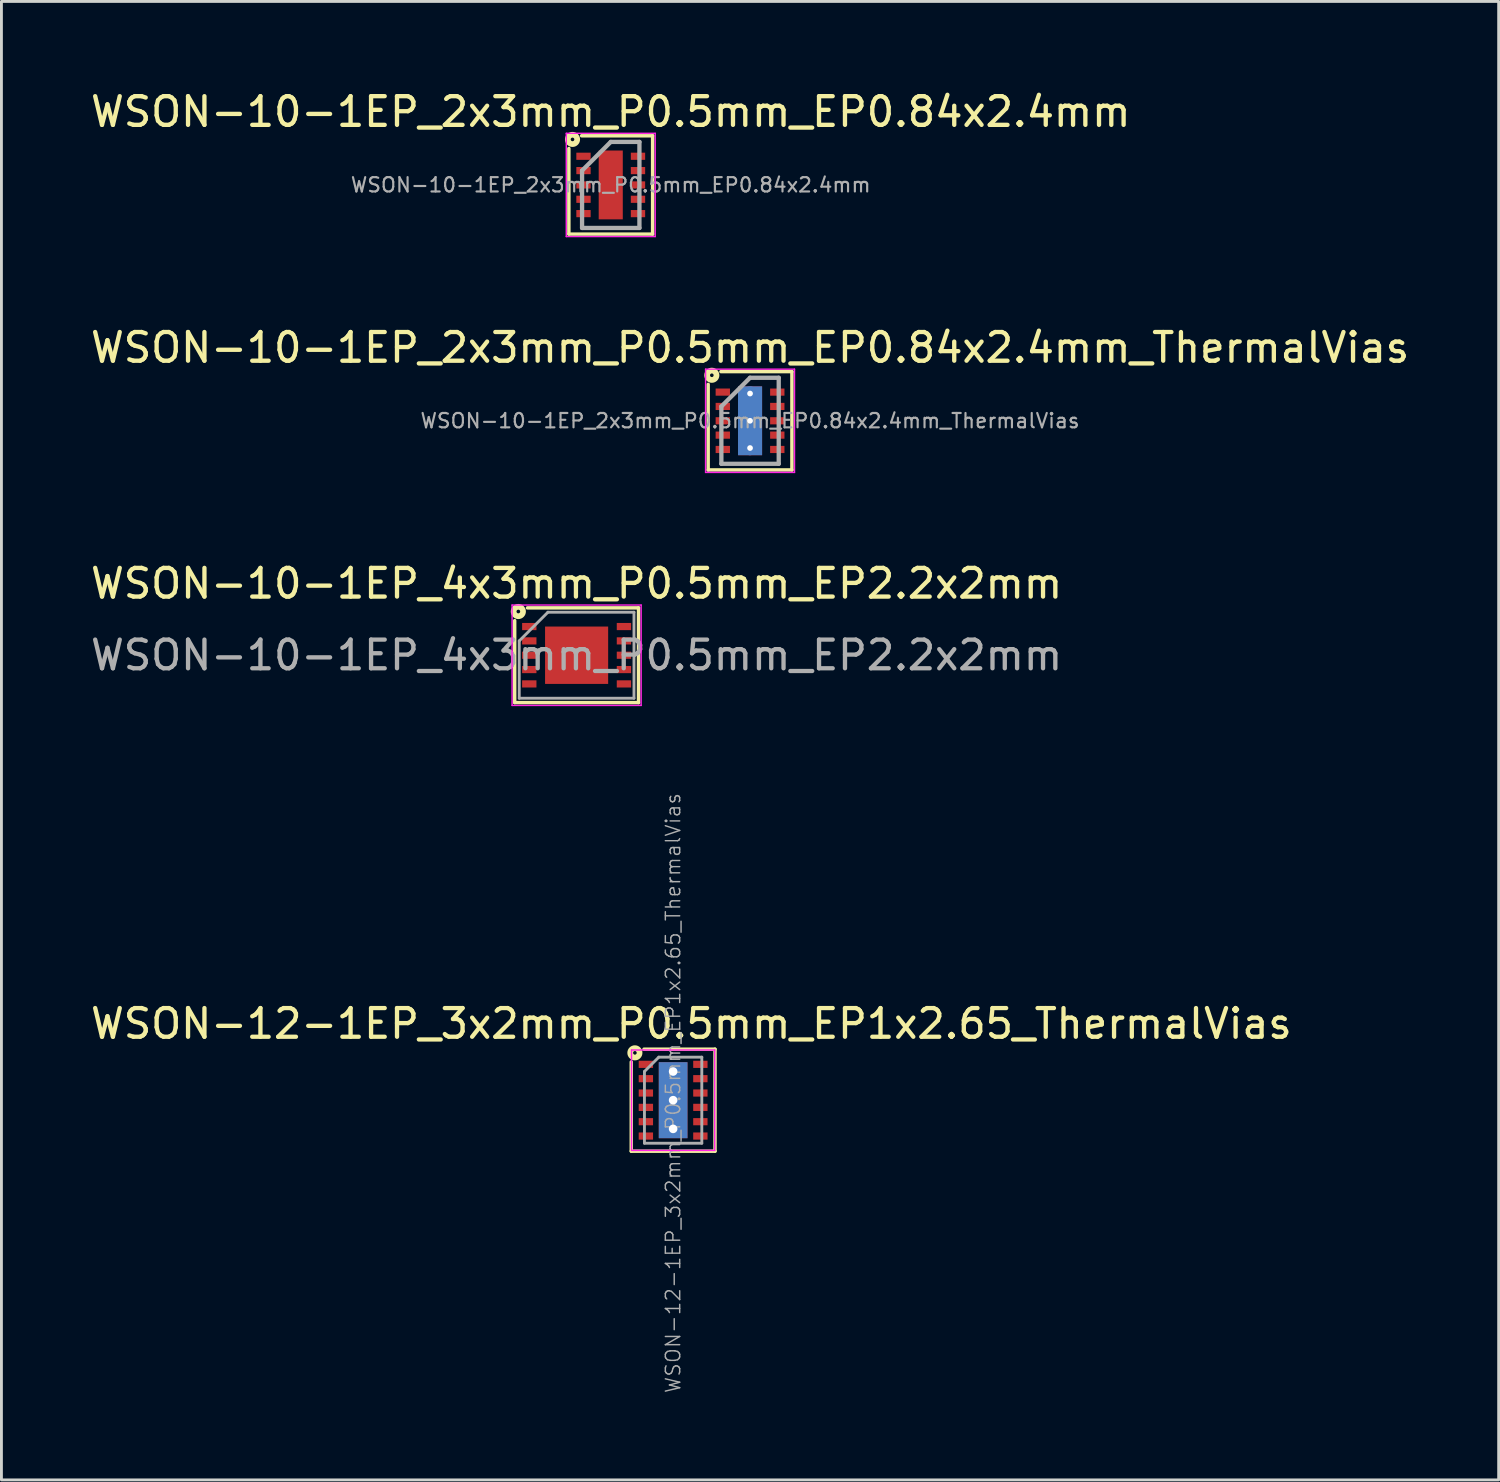
<source format=kicad_pcb>
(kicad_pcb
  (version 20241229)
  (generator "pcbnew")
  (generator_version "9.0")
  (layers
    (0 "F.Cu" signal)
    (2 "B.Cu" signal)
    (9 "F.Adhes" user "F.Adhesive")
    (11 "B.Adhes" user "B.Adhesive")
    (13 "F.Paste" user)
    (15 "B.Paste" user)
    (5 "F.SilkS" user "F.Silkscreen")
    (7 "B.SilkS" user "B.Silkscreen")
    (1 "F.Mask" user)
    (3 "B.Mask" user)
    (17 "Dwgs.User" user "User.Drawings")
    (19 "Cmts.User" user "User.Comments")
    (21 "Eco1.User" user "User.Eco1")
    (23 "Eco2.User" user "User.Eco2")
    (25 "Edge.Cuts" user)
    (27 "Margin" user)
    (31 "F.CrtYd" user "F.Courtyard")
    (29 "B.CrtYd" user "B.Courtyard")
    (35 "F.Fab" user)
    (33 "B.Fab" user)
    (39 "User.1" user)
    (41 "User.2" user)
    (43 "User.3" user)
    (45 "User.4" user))
  (footprint "WSON-10-1EP_2x3mm_P0.5mm_EP0.84x2.4mm_ThermalVias"
    (layer "F.Cu")
    (at 23.101 11.621)
    (property "Reference" "WSON-10-1EP_2x3mm_P0.5mm_EP0.84x2.4mm_ThermalVias" (at 0 -2.55 0) (layer "F.SilkS") (effects (font (size 1 1) (thickness 0.15))))
    (attr smd)
    (fp_line (start -1.46 1.714) (end -1.46 -1.27) (stroke (width 0.12) (type solid)) (layer "F.SilkS"))
    (fp_line (start -1.016 -1.714) (end 1.46 -1.714) (stroke (width 0.12) (type solid)) (layer "F.SilkS"))
    (fp_line (start 1.46 -1.714) (end 1.46 1.714) (stroke (width 0.12) (type solid)) (layer "F.SilkS"))
    (fp_line (start 1.46 1.714) (end -1.46 1.714) (stroke (width 0.12) (type solid)) (layer "F.SilkS"))
    (fp_circle (center -1.333 -1.587) (end -1.27 -1.587) (stroke (width 0.2) (type solid)) (fill no) (layer "F.SilkS"))
    (fp_line (start -1.55 -1.8) (end -1.55 1.8) (stroke (width 0.05) (type solid)) (layer "F.CrtYd"))
    (fp_line (start -1.55 -1.8) (end 1.55 -1.8) (stroke (width 0.05) (type solid)) (layer "F.CrtYd"))
    (fp_line (start -1.55 1.8) (end 1.55 1.8) (stroke (width 0.05) (type solid)) (layer "F.CrtYd"))
    (fp_line (start 1.55 -1.8) (end 1.55 1.8) (stroke (width 0.05) (type solid)) (layer "F.CrtYd"))
    (fp_line (start -1 -0.5) (end 0 -1.5) (stroke (width 0.15) (type solid)) (layer "F.Fab"))
    (fp_line (start -1 1.5) (end -1 -0.5) (stroke (width 0.15) (type solid)) (layer "F.Fab"))
    (fp_line (start 0 -1.5) (end 1 -1.5) (stroke (width 0.15) (type solid)) (layer "F.Fab"))
    (fp_line (start 1 -1.5) (end 1 1.5) (stroke (width 0.15) (type solid)) (layer "F.Fab"))
    (fp_line (start 1 1.5) (end -1 1.5) (stroke (width 0.15) (type solid)) (layer "F.Fab"))
    (fp_text user "${REFERENCE}" (at 0 0 0) (layer "F.Fab") (effects (font (size 0.5 0.5) (thickness 0.075))))
    (pad "" smd rect (at 0 -0.475) (size 0.65 0.7) (layers "F.Paste"))
    (pad "" smd rect (at 0 0.475) (size 0.65 0.7) (layers "F.Paste"))
    (pad "1" smd rect (at -0.95 -1) (size 0.5 0.25) (layers "F.Cu" "F.Mask" "F.Paste"))
    (pad "2" smd rect (at -0.95 -0.5) (size 0.5 0.25) (layers "F.Cu" "F.Mask" "F.Paste"))
    (pad "3" smd rect (at -0.95 0) (size 0.5 0.25) (layers "F.Cu" "F.Mask" "F.Paste"))
    (pad "4" smd rect (at -0.95 0.5) (size 0.5 0.25) (layers "F.Cu" "F.Mask" "F.Paste"))
    (pad "5" smd rect (at -0.95 1) (size 0.5 0.25) (layers "F.Cu" "F.Mask" "F.Paste"))
    (pad "6" smd rect (at 0.95 1) (size 0.5 0.25) (layers "F.Cu" "F.Mask" "F.Paste"))
    (pad "7" smd rect (at 0.95 0.5) (size 0.5 0.25) (layers "F.Cu" "F.Mask" "F.Paste"))
    (pad "8" smd rect (at 0.95 0) (size 0.5 0.25) (layers "F.Cu" "F.Mask" "F.Paste"))
    (pad "9" smd rect (at 0.95 -0.5) (size 0.5 0.25) (layers "F.Cu" "F.Mask" "F.Paste"))
    (pad "10" smd rect (at 0.95 -1) (size 0.5 0.25) (layers "F.Cu" "F.Mask" "F.Paste"))
    (pad "11" thru_hole circle (at 0 -0.95) (size 0.5 0.5) (drill 0.2) (layers "*.Cu" "F.Mask"))
    (pad "11" thru_hole circle (at 0 0) (size 0.5 0.5) (drill 0.2) (layers "*.Cu" "F.Mask"))
    (pad "11" smd rect (at 0 0) (size 0.84 2.4) (layers "F.Cu" "F.Mask"))
    (pad "11" smd rect (at 0 0) (size 0.84 2.4) (layers "B.Cu" "B.Mask"))
    (pad "11" thru_hole circle (at 0 0.95) (size 0.5 0.5) (drill 0.2) (layers "*.Cu" "F.Mask")))
  (footprint "WSON-10-1EP_2x3mm_P0.5mm_EP0.84x2.4mm"
    (layer "F.Cu")
    (at 18.244 3.398)
    (property "Reference" "WSON-10-1EP_2x3mm_P0.5mm_EP0.84x2.4mm" (at 0 -2.55 0) (layer "F.SilkS") (effects (font (size 1 1) (thickness 0.15))))
    (attr smd)
    (fp_line (start -1.46 1.714) (end -1.46 -1.27) (stroke (width 0.12) (type solid)) (layer "F.SilkS"))
    (fp_line (start -1.016 -1.714) (end 1.46 -1.714) (stroke (width 0.12) (type solid)) (layer "F.SilkS"))
    (fp_line (start 1.46 -1.714) (end 1.46 1.714) (stroke (width 0.12) (type solid)) (layer "F.SilkS"))
    (fp_line (start 1.46 1.714) (end -1.46 1.714) (stroke (width 0.12) (type solid)) (layer "F.SilkS"))
    (fp_circle (center -1.333 -1.587) (end -1.27 -1.587) (stroke (width 0.2) (type solid)) (fill no) (layer "F.SilkS"))
    (fp_line (start -1.55 -1.8) (end -1.55 1.8) (stroke (width 0.05) (type solid)) (layer "F.CrtYd"))
    (fp_line (start -1.55 -1.8) (end 1.55 -1.8) (stroke (width 0.05) (type solid)) (layer "F.CrtYd"))
    (fp_line (start -1.55 1.8) (end 1.55 1.8) (stroke (width 0.05) (type solid)) (layer "F.CrtYd"))
    (fp_line (start 1.55 -1.8) (end 1.55 1.8) (stroke (width 0.05) (type solid)) (layer "F.CrtYd"))
    (fp_line (start -1 -0.5) (end 0 -1.5) (stroke (width 0.15) (type solid)) (layer "F.Fab"))
    (fp_line (start -1 1.5) (end -1 -0.5) (stroke (width 0.15) (type solid)) (layer "F.Fab"))
    (fp_line (start 0 -1.5) (end 1 -1.5) (stroke (width 0.15) (type solid)) (layer "F.Fab"))
    (fp_line (start 1 -1.5) (end 1 1.5) (stroke (width 0.15) (type solid)) (layer "F.Fab"))
    (fp_line (start 1 1.5) (end -1 1.5) (stroke (width 0.15) (type solid)) (layer "F.Fab"))
    (fp_text user "${REFERENCE}" (at 0 0 0) (layer "F.Fab") (effects (font (size 0.5 0.5) (thickness 0.075))))
    (pad "" smd rect (at 0 -0.8) (size 0.65 0.61) (layers "F.Paste"))
    (pad "" smd rect (at 0 0) (size 0.65 0.61) (layers "F.Paste"))
    (pad "" smd rect (at 0 0.8) (size 0.65 0.61) (layers "F.Paste"))
    (pad "1" smd rect (at -0.95 -1) (size 0.5 0.25) (layers "F.Cu" "F.Mask" "F.Paste"))
    (pad "2" smd rect (at -0.95 -0.5) (size 0.5 0.25) (layers "F.Cu" "F.Mask" "F.Paste"))
    (pad "3" smd rect (at -0.95 0) (size 0.5 0.25) (layers "F.Cu" "F.Mask" "F.Paste"))
    (pad "4" smd rect (at -0.95 0.5) (size 0.5 0.25) (layers "F.Cu" "F.Mask" "F.Paste"))
    (pad "5" smd rect (at -0.95 1) (size 0.5 0.25) (layers "F.Cu" "F.Mask" "F.Paste"))
    (pad "6" smd rect (at 0.95 1) (size 0.5 0.25) (layers "F.Cu" "F.Mask" "F.Paste"))
    (pad "7" smd rect (at 0.95 0.5) (size 0.5 0.25) (layers "F.Cu" "F.Mask" "F.Paste"))
    (pad "8" smd rect (at 0.95 0) (size 0.5 0.25) (layers "F.Cu" "F.Mask" "F.Paste"))
    (pad "9" smd rect (at 0.95 -0.5) (size 0.5 0.25) (layers "F.Cu" "F.Mask" "F.Paste"))
    (pad "10" smd rect (at 0.95 -1) (size 0.5 0.25) (layers "F.Cu" "F.Mask" "F.Paste"))
    (pad "11" smd rect (at 0 0) (size 0.84 2.4) (layers "F.Cu" "F.Mask")))
  (footprint "WSON-12-1EP_3x2mm_P0.5mm_EP1x2.65_ThermalVias"
    (layer "F.Cu")
    (at 20.419 35.309)
    (property "Reference" "WSON-12-1EP_3x2mm_P0.5mm_EP1x2.65_ThermalVias" (at 0.635 -2.667 0) (layer "F.SilkS") (effects (font (size 1 1) (thickness 0.15))))
    (attr smd)
    (fp_line (start -1.46 1.778) (end -1.46 -1.333) (stroke (width 0.12) (type solid)) (layer "F.SilkS"))
    (fp_line (start -1.016 -1.778) (end 1.46 -1.778) (stroke (width 0.12) (type solid)) (layer "F.SilkS"))
    (fp_line (start 1.46 -1.778) (end 1.46 1.778) (stroke (width 0.12) (type solid)) (layer "F.SilkS"))
    (fp_line (start 1.46 1.778) (end -1.46 1.778) (stroke (width 0.12) (type solid)) (layer "F.SilkS"))
    (fp_circle (center -1.333 -1.651) (end -1.27 -1.651) (stroke (width 0.2) (type solid)) (fill no) (layer "F.SilkS"))
    (fp_line (start -1.45 -1.75) (end 1.45 -1.75) (stroke (width 0.05) (type solid)) (layer "F.CrtYd"))
    (fp_line (start -1.45 1.75) (end -1.45 -1.75) (stroke (width 0.05) (type solid)) (layer "F.CrtYd"))
    (fp_line (start 1.45 -1.75) (end 1.45 1.75) (stroke (width 0.05) (type solid)) (layer "F.CrtYd"))
    (fp_line (start 1.45 1.75) (end -1.45 1.75) (stroke (width 0.05) (type solid)) (layer "F.CrtYd"))
    (fp_line (start -1 -1) (end -0.5 -1.5) (stroke (width 0.1) (type solid)) (layer "F.Fab"))
    (fp_line (start -1 1.5) (end -1 -1) (stroke (width 0.1) (type solid)) (layer "F.Fab"))
    (fp_line (start -0.5 -1.5) (end 1 -1.5) (stroke (width 0.1) (type solid)) (layer "F.Fab"))
    (fp_line (start 1 -1.5) (end 1 1.5) (stroke (width 0.1) (type solid)) (layer "F.Fab"))
    (fp_line (start 1 1.5) (end -1 1.5) (stroke (width 0.1) (type solid)) (layer "F.Fab"))
    (fp_text user "${REFERENCE}" (at 0 -0.25 90) (layer "F.Fab") (effects (font (size 0.5 0.5) (thickness 0.05))))
    (pad "" smd rect (at 0 -0.5) (size 0.95 0.8) (layers "F.Paste"))
    (pad "" smd rect (at 0 0.5) (size 0.95 0.8) (layers "F.Paste"))
    (pad "1" smd rect (at -0.95 -1.25) (size 0.5 0.25) (layers "F.Cu" "F.Mask" "F.Paste"))
    (pad "2" smd rect (at -0.95 -0.75) (size 0.5 0.25) (layers "F.Cu" "F.Mask" "F.Paste"))
    (pad "3" smd rect (at -0.95 -0.25) (size 0.5 0.25) (layers "F.Cu" "F.Mask" "F.Paste"))
    (pad "4" smd rect (at -0.95 0.25) (size 0.5 0.25) (layers "F.Cu" "F.Mask" "F.Paste"))
    (pad "5" smd rect (at -0.95 0.75) (size 0.5 0.25) (layers "F.Cu" "F.Mask" "F.Paste"))
    (pad "6" smd rect (at -0.95 1.25) (size 0.5 0.25) (layers "F.Cu" "F.Mask" "F.Paste"))
    (pad "7" smd rect (at 0.95 1.25) (size 0.5 0.25) (layers "F.Cu" "F.Mask" "F.Paste"))
    (pad "8" smd rect (at 0.95 0.75) (size 0.5 0.25) (layers "F.Cu" "F.Mask" "F.Paste"))
    (pad "9" smd rect (at 0.95 0.25) (size 0.5 0.25) (layers "F.Cu" "F.Mask" "F.Paste"))
    (pad "10" smd rect (at 0.95 -0.25) (size 0.5 0.25) (layers "F.Cu" "F.Mask" "F.Paste"))
    (pad "11" smd rect (at 0.95 -0.75) (size 0.5 0.25) (layers "F.Cu" "F.Mask" "F.Paste"))
    (pad "12" smd rect (at 0.95 -1.25) (size 0.5 0.25) (layers "F.Cu" "F.Mask" "F.Paste"))
    (pad "13" thru_hole circle (at 0 -1 90) (size 0.6 0.6) (drill 0.3) (layers "*.Cu"))
    (pad "13" thru_hole circle (at 0 0) (size 0.6 0.6) (drill 0.3) (layers "*.Cu"))
    (pad "13" smd rect (at 0 0) (size 1 2.65) (layers "F.Cu" "F.Mask"))
    (pad "13" smd rect (at 0 0) (size 1 2.65) (layers "B.Cu" "B.Mask"))
    (pad "13" thru_hole circle (at 0 1) (size 0.6 0.6) (drill 0.3) (layers "*.Cu")))
  (footprint "WSON-10-1EP_4x3mm_P0.5mm_EP2.2x2mm"
    (layer "F.Cu")
    (at 17.054 19.795)
    (property "Reference" "WSON-10-1EP_4x3mm_P0.5mm_EP2.2x2mm" (at 0 -2.5 0) (layer "F.SilkS") (effects (font (size 1 1) (thickness 0.15))))
    (attr smd)
    (fp_line (start -2.159 1.651) (end -2.159 -1.206) (stroke (width 0.12) (type solid)) (layer "F.SilkS"))
    (fp_line (start -1.714 -1.651) (end 2.159 -1.651) (stroke (width 0.12) (type solid)) (layer "F.SilkS"))
    (fp_line (start 2.159 -1.651) (end 2.159 1.651) (stroke (width 0.12) (type solid)) (layer "F.SilkS"))
    (fp_line (start 2.159 1.651) (end -2.159 1.651) (stroke (width 0.12) (type solid)) (layer "F.SilkS"))
    (fp_circle (center -2.032 -1.524) (end -1.968 -1.524) (stroke (width 0.2) (type solid)) (fill no) (layer "F.SilkS"))
    (fp_line (start -2.25 -1.75) (end -2.25 1.75) (stroke (width 0.05) (type solid)) (layer "F.CrtYd"))
    (fp_line (start -2.25 -1.75) (end 2.25 -1.75) (stroke (width 0.05) (type solid)) (layer "F.CrtYd"))
    (fp_line (start -2.25 1.75) (end 2.25 1.75) (stroke (width 0.05) (type solid)) (layer "F.CrtYd"))
    (fp_line (start 2.25 -1.75) (end 2.25 1.75) (stroke (width 0.05) (type solid)) (layer "F.CrtYd"))
    (fp_line (start -2 1.5) (end -2 -0.5) (stroke (width 0.1) (type solid)) (layer "F.Fab"))
    (fp_line (start -1 -1.5) (end -2 -0.5) (stroke (width 0.1) (type solid)) (layer "F.Fab"))
    (fp_line (start -1 -1.5) (end 2 -1.5) (stroke (width 0.1) (type solid)) (layer "F.Fab"))
    (fp_line (start 2 -1.5) (end 2 1.5) (stroke (width 0.1) (type solid)) (layer "F.Fab"))
    (fp_line (start 2 1.5) (end -2 1.5) (stroke (width 0.1) (type solid)) (layer "F.Fab"))
    (fp_text user "${REFERENCE}" (at 0 0 0) (layer "F.Fab") (effects (font (size 1 1) (thickness 0.15))))
    (pad "" smd rect (at -0.55 -0.5) (size 0.88 0.8) (layers "F.Paste"))
    (pad "" smd rect (at -0.55 0.5) (size 0.88 0.8) (layers "F.Paste"))
    (pad "" smd rect (at 0.55 -0.5) (size 0.88 0.8) (layers "F.Paste"))
    (pad "" smd rect (at 0.55 0.5) (size 0.88 0.8) (layers "F.Paste"))
    (pad "1" smd rect (at -1.65 -1) (size 0.5 0.25) (layers "F.Cu" "F.Mask" "F.Paste"))
    (pad "2" smd rect (at -1.65 -0.5) (size 0.5 0.25) (layers "F.Cu" "F.Mask" "F.Paste"))
    (pad "3" smd rect (at -1.65 0) (size 0.5 0.25) (layers "F.Cu" "F.Mask" "F.Paste"))
    (pad "4" smd rect (at -1.65 0.5) (size 0.5 0.25) (layers "F.Cu" "F.Mask" "F.Paste"))
    (pad "5" smd rect (at -1.65 1) (size 0.5 0.25) (layers "F.Cu" "F.Mask" "F.Paste"))
    (pad "6" smd rect (at 1.65 1) (size 0.5 0.25) (layers "F.Cu" "F.Mask" "F.Paste"))
    (pad "7" smd rect (at 1.65 0.5) (size 0.5 0.25) (layers "F.Cu" "F.Mask" "F.Paste"))
    (pad "8" smd rect (at 1.65 0) (size 0.5 0.25) (layers "F.Cu" "F.Mask" "F.Paste"))
    (pad "9" smd rect (at 1.65 -0.5) (size 0.5 0.25) (layers "F.Cu" "F.Mask" "F.Paste"))
    (pad "10" smd rect (at 1.65 -1) (size 0.5 0.25) (layers "F.Cu" "F.Mask" "F.Paste"))
    (pad "11" smd rect (at 0 0) (size 2.2 2) (layers "F.Cu" "F.Mask")))
  (gr_rect
    (start -3 -3)
    (end 49.202 48.548)
    (stroke (width 0.1) (type default))
    (fill no)
    (layer "Edge.Cuts")))
</source>
